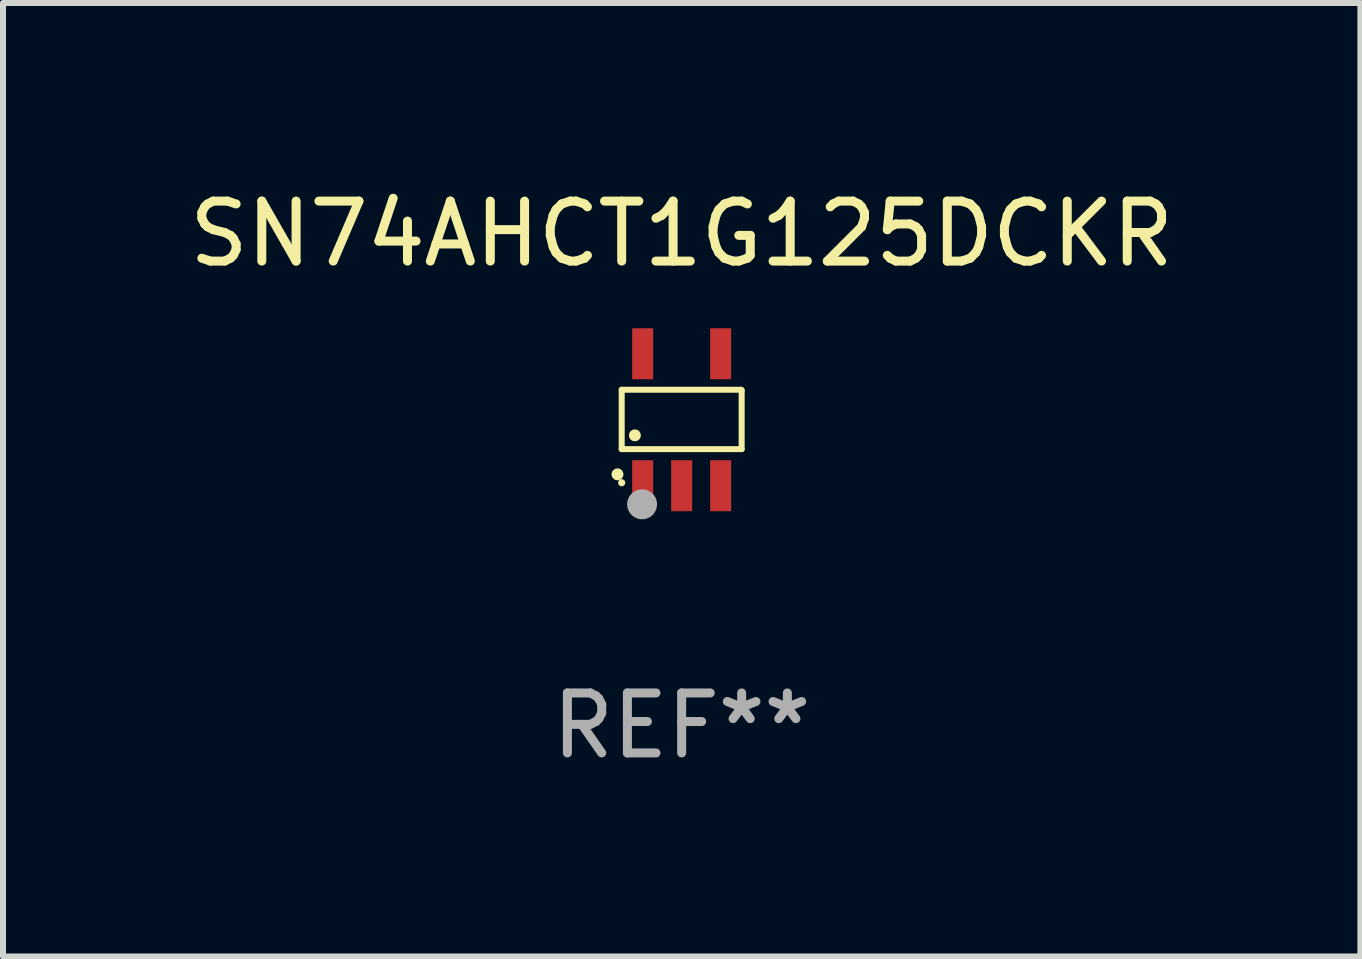
<source format=kicad_pcb>
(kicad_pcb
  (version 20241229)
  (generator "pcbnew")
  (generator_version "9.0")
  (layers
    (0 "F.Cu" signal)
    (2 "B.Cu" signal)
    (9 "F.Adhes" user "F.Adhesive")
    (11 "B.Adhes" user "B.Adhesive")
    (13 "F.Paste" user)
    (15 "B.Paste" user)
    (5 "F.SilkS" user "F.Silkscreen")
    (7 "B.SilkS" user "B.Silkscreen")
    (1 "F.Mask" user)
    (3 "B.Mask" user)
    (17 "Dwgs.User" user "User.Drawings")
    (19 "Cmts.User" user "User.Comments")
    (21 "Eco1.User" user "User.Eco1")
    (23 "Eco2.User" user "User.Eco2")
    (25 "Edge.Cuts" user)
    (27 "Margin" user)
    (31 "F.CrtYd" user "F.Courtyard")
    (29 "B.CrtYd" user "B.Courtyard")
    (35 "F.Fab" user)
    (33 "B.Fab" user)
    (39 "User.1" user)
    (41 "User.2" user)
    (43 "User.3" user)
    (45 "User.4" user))
  (footprint "SN74AHCT1G125DCKR"
    (layer "F.Cu")
    (at 8.315 3.948)
    (property "Reference" "SN74AHCT1G125DCKR" (at 0 -3.1 0) (layer "F.SilkS") (effects (font (size 1 1) (thickness 0.15))))
    (attr through_hole)
    (fp_line (start -1 -0.5) (end -1 0.49) (stroke (width 0.1) (type solid)) (layer "F.SilkS"))
    (fp_line (start -1 0.49) (end 1 0.49) (stroke (width 0.1) (type solid)) (layer "F.SilkS"))
    (fp_line (start 0.99 -0.5) (end -1 -0.5) (stroke (width 0.1) (type solid)) (layer "F.SilkS"))
    (fp_line (start 1 -0.49) (end 0.99 -0.5) (stroke (width 0.1) (type solid)) (layer "F.SilkS"))
    (fp_line (start 1 0.49) (end 1 -0.49) (stroke (width 0.1) (type solid)) (layer "F.SilkS"))
    (fp_circle (center -1.07 0.91) (end -1.02 0.91) (stroke (width 0.1) (type solid)) (fill no) (layer "F.SilkS"))
    (fp_circle (center -1 1.05) (end -0.97 1.05) (stroke (width 0.06) (type solid)) (fill no) (layer "F.SilkS"))
    (fp_circle (center -0.78 0.26) (end -0.73 0.26) (stroke (width 0.1) (type solid)) (fill no) (layer "F.SilkS"))
    (fp_circle (center -0.66 1.41) (end -0.535 1.41) (stroke (width 0.25) (type solid)) (fill no) (layer "F.Fab"))
    (fp_text user "REF**" (at 0 5.1 0) (layer "F.Fab") (effects (font (size 1 1) (thickness 0.15))))
    (pad "1" smd rect (at -0.65 1.1) (size 0.35 0.85) (layers "F.Cu" "F.Mask" "F.Paste"))
    (pad "2" smd rect (at 0.000051 1.1) (size 0.35 0.85) (layers "F.Cu" "F.Mask" "F.Paste"))
    (pad "3" smd rect (at 0.65 1.1) (size 0.35 0.85) (layers "F.Cu" "F.Mask" "F.Paste"))
    (pad "4" smd rect (at 0.65 -1.1) (size 0.35 0.85) (layers "F.Cu" "F.Mask" "F.Paste"))
    (pad "5" smd rect (at -0.65 -1.1) (size 0.35 0.85) (layers "F.Cu" "F.Mask" "F.Paste")))
  (gr_rect
    (start -3 -3)
    (end 19.631 12.896)
    (stroke (width 0.1) (type default))
    (fill no)
    (layer "Edge.Cuts")))
</source>
